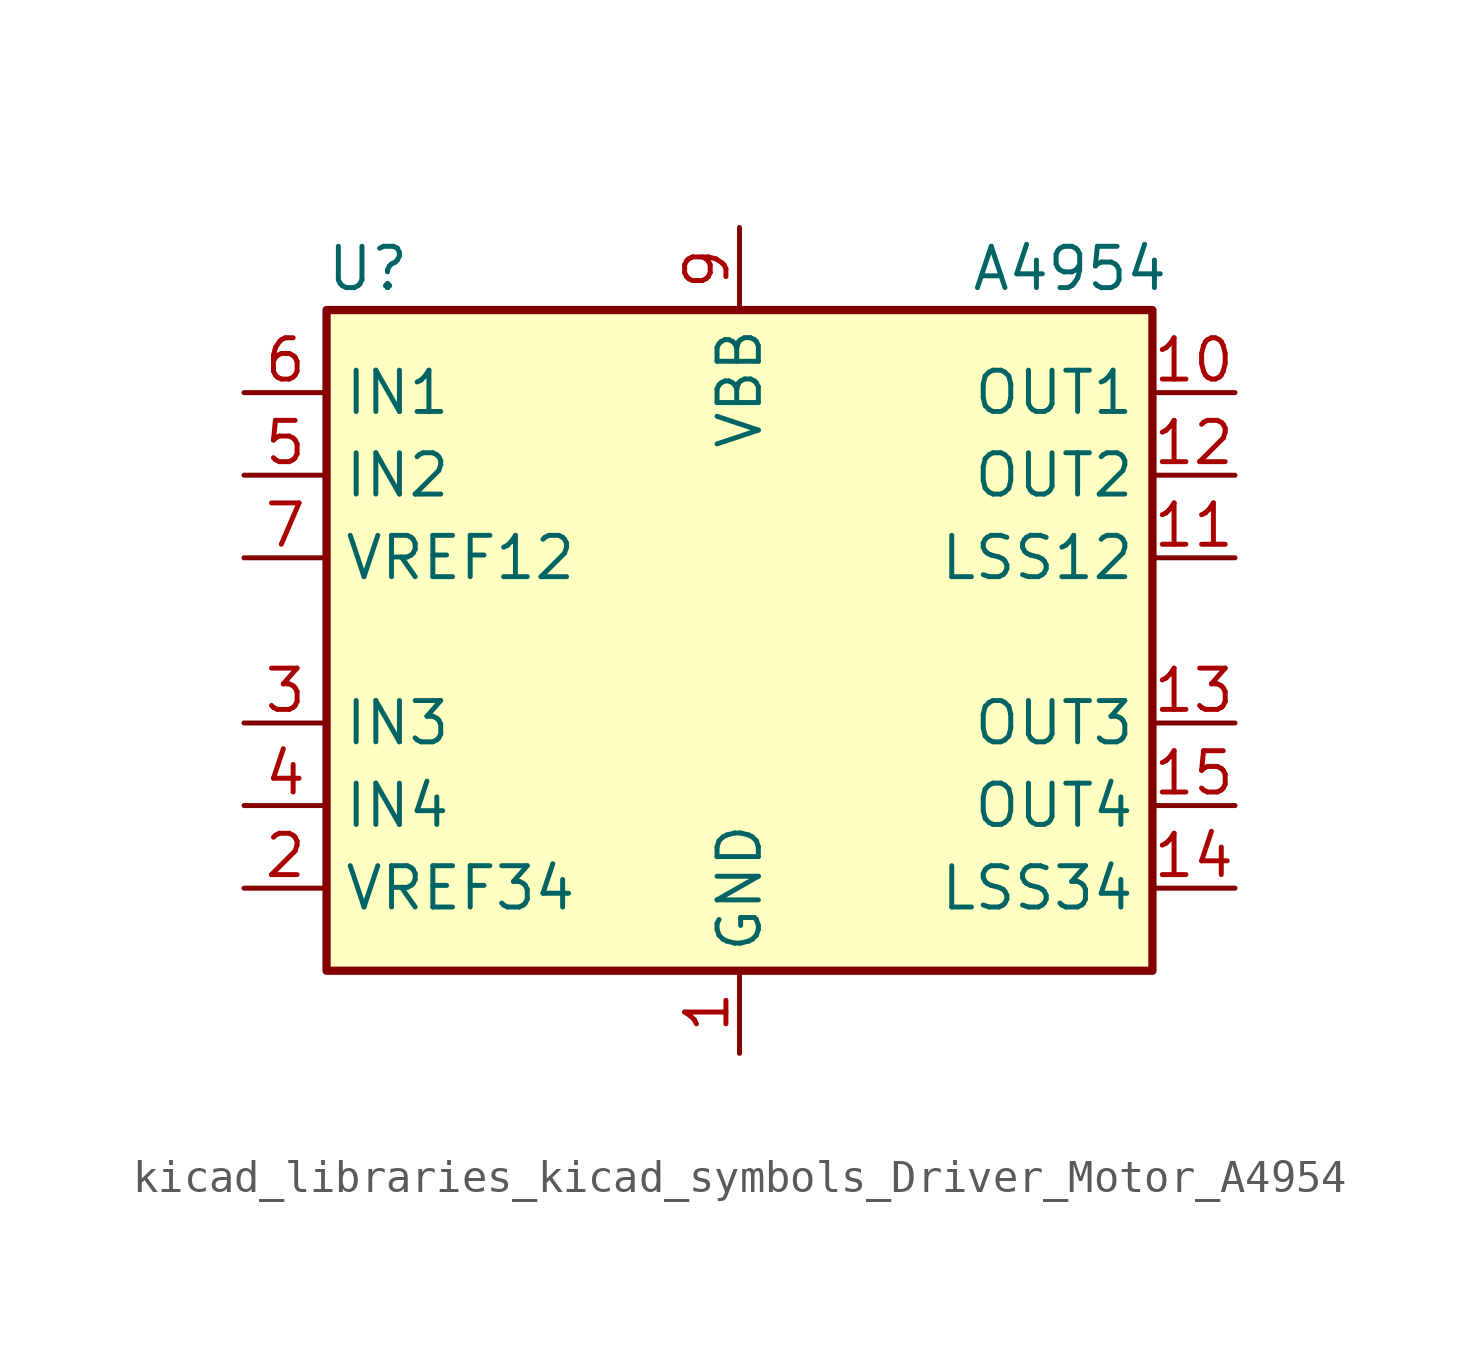
<source format=kicad_sym>
(kicad_symbol_lib
  (version 20220914)
  (generator kicad_symbol_editor)
  (symbol "kicad_libraries_kicad_symbols_Driver_Motor_A4954"
    (property "Reference" "U"
      (at -11.43 11.43 0)
      (effects (font (size 1.27 1.27))))
    (property "Value" "A4954"
      (at 10.16 11.43 0)
      (effects (font (size 1.27 1.27))))
    (symbol "kicad_libraries_kicad_symbols_Driver_Motor_A4954_0_1"
      (rectangle (start -12.7 10.16) (end 12.7 -10.16) (stroke (width 0.254) (type default)) (fill (type background))))
    (symbol "kicad_libraries_kicad_symbols_Driver_Motor_A4954_1_1"
      (pin power_in line (at 0 -12.7 90) (length 2.54) (name "GND" (effects (font (size 1.27 1.27)))) (number "1" (effects (font (size 1.27 1.27)))))
      (pin power_out line (at 15.24 7.62 180) (length 2.54) (name "OUT1" (effects (font (size 1.27 1.27)))) (number "10" (effects (font (size 1.27 1.27)))))
      (pin power_in line (at 15.24 2.54 180) (length 2.54) (name "LSS12" (effects (font (size 1.27 1.27)))) (number "11" (effects (font (size 1.27 1.27)))))
      (pin power_out line (at 15.24 5.08 180) (length 2.54) (name "OUT2" (effects (font (size 1.27 1.27)))) (number "12" (effects (font (size 1.27 1.27)))))
      (pin power_out line (at 15.24 -2.54 180) (length 2.54) (name "OUT3" (effects (font (size 1.27 1.27)))) (number "13" (effects (font (size 1.27 1.27)))))
      (pin power_in line (at 15.24 -7.62 180) (length 2.54) (name "LSS34" (effects (font (size 1.27 1.27)))) (number "14" (effects (font (size 1.27 1.27)))))
      (pin power_out line (at 15.24 -5.08 180) (length 2.54) (name "OUT4" (effects (font (size 1.27 1.27)))) (number "15" (effects (font (size 1.27 1.27)))))
      (pin passive line (at 0 12.7 270) (length 2.54) hide (name "VBB" (effects (font (size 1.27 1.27)))) (number "16" (effects (font (size 1.27 1.27)))))
      (pin passive line (at 0 -12.7 90) (length 2.54) hide (name "GND" (effects (font (size 1.27 1.27)))) (number "17" (effects (font (size 1.27 1.27)))))
      (pin input line (at -15.24 -7.62 0) (length 2.54) (name "VREF34" (effects (font (size 1.27 1.27)))) (number "2" (effects (font (size 1.27 1.27)))))
      (pin input line (at -15.24 -2.54 0) (length 2.54) (name "IN3" (effects (font (size 1.27 1.27)))) (number "3" (effects (font (size 1.27 1.27)))))
      (pin input line (at -15.24 -5.08 0) (length 2.54) (name "IN4" (effects (font (size 1.27 1.27)))) (number "4" (effects (font (size 1.27 1.27)))))
      (pin input line (at -15.24 5.08 0) (length 2.54) (name "IN2" (effects (font (size 1.27 1.27)))) (number "5" (effects (font (size 1.27 1.27)))))
      (pin input line (at -15.24 7.62 0) (length 2.54) (name "IN1" (effects (font (size 1.27 1.27)))) (number "6" (effects (font (size 1.27 1.27)))))
      (pin input line (at -15.24 2.54 0) (length 2.54) (name "VREF12" (effects (font (size 1.27 1.27)))) (number "7" (effects (font (size 1.27 1.27)))))
      (pin passive line (at 0 -12.7 90) (length 2.54) hide (name "GND" (effects (font (size 1.27 1.27)))) (number "8" (effects (font (size 1.27 1.27)))))
      (pin power_in line (at 0 12.7 270) (length 2.54) (name "VBB" (effects (font (size 1.27 1.27)))) (number "9" (effects (font (size 1.27 1.27))))))))
</source>
